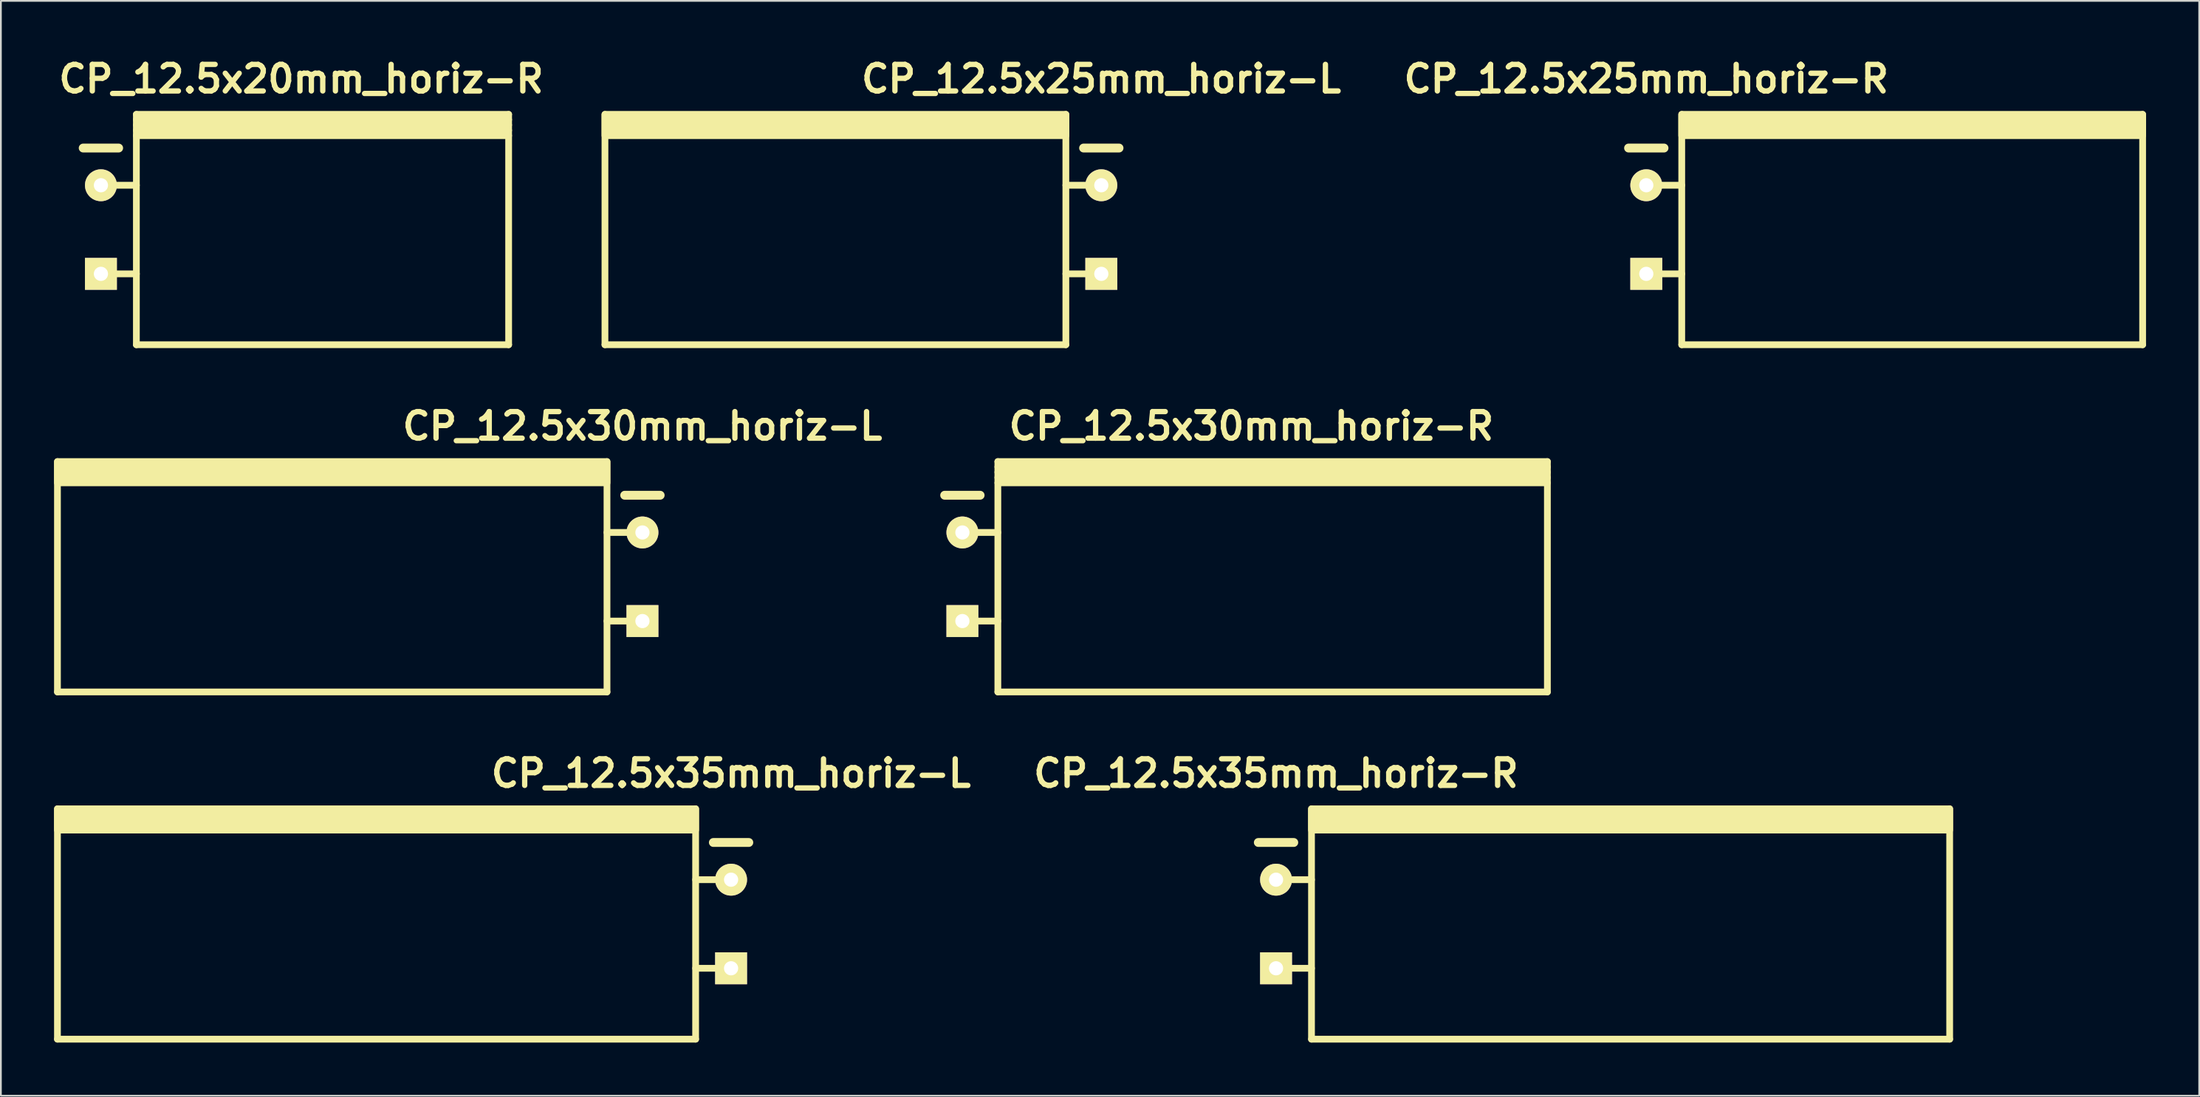
<source format=kicad_pcb>
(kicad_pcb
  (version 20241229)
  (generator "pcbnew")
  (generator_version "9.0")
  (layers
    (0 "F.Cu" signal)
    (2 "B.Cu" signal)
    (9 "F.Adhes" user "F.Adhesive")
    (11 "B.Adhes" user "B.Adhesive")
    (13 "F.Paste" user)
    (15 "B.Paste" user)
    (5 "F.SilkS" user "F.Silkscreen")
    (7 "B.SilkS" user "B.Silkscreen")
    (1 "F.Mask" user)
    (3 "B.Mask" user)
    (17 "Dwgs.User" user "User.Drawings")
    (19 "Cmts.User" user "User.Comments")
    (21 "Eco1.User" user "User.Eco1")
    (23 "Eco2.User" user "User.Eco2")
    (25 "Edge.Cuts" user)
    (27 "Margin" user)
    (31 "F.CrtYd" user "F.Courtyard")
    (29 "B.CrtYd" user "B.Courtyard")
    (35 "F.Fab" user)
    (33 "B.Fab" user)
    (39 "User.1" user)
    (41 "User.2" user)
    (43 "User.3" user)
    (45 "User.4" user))
  (footprint "CP_12.5x30mm_horiz-L"
    (layer "F.Cu")
    (at 33.191 29.498)
    (property "Reference" "CP_12.5x30mm_horiz-L" (at 0 -8.5 0) (layer "F.SilkS") (effects (font (size 1.5 1.5) (thickness 0.3))))
    (attr through_hole)
    (fp_line (start -33 6.5) (end -33 -6.5) (stroke (width 0.381) (type solid)) (layer "F.SilkS"))
    (fp_line (start -2 -6.5) (end -2 6.5) (stroke (width 0.381) (type solid)) (layer "F.SilkS"))
    (fp_line (start -2 -2.5) (end 0 -2.5) (stroke (width 0.381) (type solid)) (layer "F.SilkS"))
    (fp_line (start -2 2.5) (end 0 2.5) (stroke (width 0.381) (type solid)) (layer "F.SilkS"))
    (fp_line (start -2 6.5) (end -33 6.5) (stroke (width 0.381) (type solid)) (layer "F.SilkS"))
    (fp_line (start -1 -4.6) (end 1 -4.6) (stroke (width 0.5) (type solid)) (layer "F.SilkS"))
    (fp_poly (pts (xy -2 -5.3) (xy -33 -5.3) (xy -33 -6.5) (xy -2 -6.5)) (stroke (width 0.381) (type solid)) (fill yes) (layer "F.SilkS"))
    (pad "1" thru_hole rect (at 0 2.5) (size 1.8 1.8) (drill 0.8) (layers "*.Cu" "*.Mask" "F.SilkS"))
    (pad "2" thru_hole circle (at 0 -2.5) (size 1.8 1.8) (drill 0.8) (layers "*.Cu" "*.Mask" "F.SilkS")))
  (footprint "CP_12.5x20mm_horiz-R"
    (layer "F.Cu")
    (at 13.943 9.904)
    (property "Reference" "CP_12.5x20mm_horiz-R" (at 0 -8.5 0) (layer "F.SilkS") (effects (font (size 1.5 1.5) (thickness 0.3))))
    (attr through_hole)
    (fp_line (start -12.3 -4.6) (end -10.3 -4.6) (stroke (width 0.5) (type solid)) (layer "F.SilkS"))
    (fp_line (start -11.3 -2.5) (end -9.3 -2.5) (stroke (width 0.381) (type solid)) (layer "F.SilkS"))
    (fp_line (start -11.3 2.5) (end -9.3 2.5) (stroke (width 0.381) (type solid)) (layer "F.SilkS"))
    (fp_line (start -9.3 -6.2) (end 11.7 -6.2) (stroke (width 0.381) (type solid)) (layer "F.SilkS"))
    (fp_line (start -9.3 -5.9) (end 11.7 -5.9) (stroke (width 0.381) (type solid)) (layer "F.SilkS"))
    (fp_line (start -9.3 -5.6) (end 11.7 -5.6) (stroke (width 0.381) (type solid)) (layer "F.SilkS"))
    (fp_line (start -9.3 -5.3) (end 11.7 -5.3) (stroke (width 0.381) (type solid)) (layer "F.SilkS"))
    (fp_line (start -9.3 6.5) (end -9.3 -6.5) (stroke (width 0.381) (type solid)) (layer "F.SilkS"))
    (fp_line (start 11.7 -6.5) (end -9.3 -6.5) (stroke (width 0.381) (type solid)) (layer "F.SilkS"))
    (fp_line (start 11.7 -6.5) (end 11.7 6.5) (stroke (width 0.381) (type solid)) (layer "F.SilkS"))
    (fp_line (start 11.7 6.5) (end -9.3 6.5) (stroke (width 0.381) (type solid)) (layer "F.SilkS"))
    (pad "1" thru_hole rect (at -11.3 2.5) (size 1.8 1.8) (drill 0.8) (layers "*.Cu" "*.Mask" "F.SilkS"))
    (pad "2" thru_hole circle (at -11.3 -2.5) (size 1.8 1.8) (drill 0.8) (layers "*.Cu" "*.Mask" "F.SilkS")))
  (footprint "CP_12.5x30mm_horiz-R"
    (layer "F.Cu")
    (at 67.54 29.498)
    (property "Reference" "CP_12.5x30mm_horiz-R" (at 0 -8.5 0) (layer "F.SilkS") (effects (font (size 1.5 1.5) (thickness 0.3))))
    (attr through_hole)
    (fp_line (start -17.3 -4.6) (end -15.3 -4.6) (stroke (width 0.5) (type solid)) (layer "F.SilkS"))
    (fp_line (start -16.3 -2.5) (end -14.3 -2.5) (stroke (width 0.381) (type solid)) (layer "F.SilkS"))
    (fp_line (start -16.3 2.5) (end -14.3 2.5) (stroke (width 0.381) (type solid)) (layer "F.SilkS"))
    (fp_line (start -14.3 -6.2) (end 16.7 -6.2) (stroke (width 0.381) (type solid)) (layer "F.SilkS"))
    (fp_line (start -14.3 -5.9) (end 16.7 -5.9) (stroke (width 0.381) (type solid)) (layer "F.SilkS"))
    (fp_line (start -14.3 -5.6) (end 16.7 -5.6) (stroke (width 0.381) (type solid)) (layer "F.SilkS"))
    (fp_line (start -14.3 -5.3) (end 16.7 -5.3) (stroke (width 0.381) (type solid)) (layer "F.SilkS"))
    (fp_line (start -14.3 6.5) (end -14.3 -6.5) (stroke (width 0.381) (type solid)) (layer "F.SilkS"))
    (fp_line (start 16.7 -6.5) (end -14.3 -6.5) (stroke (width 0.381) (type solid)) (layer "F.SilkS"))
    (fp_line (start 16.7 -6.5) (end 16.7 6.5) (stroke (width 0.381) (type solid)) (layer "F.SilkS"))
    (fp_line (start 16.7 6.5) (end -14.3 6.5) (stroke (width 0.381) (type solid)) (layer "F.SilkS"))
    (pad "1" thru_hole rect (at -16.3 2.5) (size 1.8 1.8) (drill 0.8) (layers "*.Cu" "*.Mask" "F.SilkS"))
    (pad "2" thru_hole circle (at -16.3 -2.5) (size 1.8 1.8) (drill 0.8) (layers "*.Cu" "*.Mask" "F.SilkS")))
  (footprint "CP_12.5x25mm_horiz-R"
    (layer "F.Cu")
    (at 89.819 9.904)
    (property "Reference" "CP_12.5x25mm_horiz-R" (at 0 -8.5 0) (layer "F.SilkS") (effects (font (size 1.5 1.5) (thickness 0.3))))
    (attr through_hole)
    (fp_line (start -1 -4.6) (end 1 -4.6) (stroke (width 0.5) (type solid)) (layer "F.SilkS"))
    (fp_line (start 0 -2.5) (end 2 -2.5) (stroke (width 0.381) (type solid)) (layer "F.SilkS"))
    (fp_line (start 0 2.5) (end 2 2.5) (stroke (width 0.381) (type solid)) (layer "F.SilkS"))
    (fp_line (start 2 6.5) (end 2 -6.5) (stroke (width 0.381) (type solid)) (layer "F.SilkS"))
    (fp_line (start 28 -6.5) (end 28 6.5) (stroke (width 0.381) (type solid)) (layer "F.SilkS"))
    (fp_line (start 28 6.5) (end 2 6.5) (stroke (width 0.381) (type solid)) (layer "F.SilkS"))
    (fp_poly (pts (xy 28 -5.3) (xy 2 -5.3) (xy 2 -6.5) (xy 28 -6.5)) (stroke (width 0.381) (type solid)) (fill yes) (layer "F.SilkS"))
    (pad "1" thru_hole rect (at 0 2.5) (size 1.8 1.8) (drill 0.8) (layers "*.Cu" "*.Mask" "F.SilkS"))
    (pad "2" thru_hole circle (at 0 -2.5) (size 1.8 1.8) (drill 0.8) (layers "*.Cu" "*.Mask" "F.SilkS")))
  (footprint "CP_12.5x35mm_horiz-R"
    (layer "F.Cu")
    (at 68.933 49.093)
    (property "Reference" "CP_12.5x35mm_horiz-R" (at 0 -8.5 0) (layer "F.SilkS") (effects (font (size 1.5 1.5) (thickness 0.3))))
    (attr through_hole)
    (fp_line (start -1 -4.6) (end 1 -4.6) (stroke (width 0.5) (type solid)) (layer "F.SilkS"))
    (fp_line (start 0 -2.5) (end 2 -2.5) (stroke (width 0.381) (type solid)) (layer "F.SilkS"))
    (fp_line (start 0 2.5) (end 2 2.5) (stroke (width 0.381) (type solid)) (layer "F.SilkS"))
    (fp_line (start 2 6.5) (end 2 -6.5) (stroke (width 0.381) (type solid)) (layer "F.SilkS"))
    (fp_line (start 38 -6.5) (end 38 6.5) (stroke (width 0.381) (type solid)) (layer "F.SilkS"))
    (fp_line (start 38 6.5) (end 2 6.5) (stroke (width 0.381) (type solid)) (layer "F.SilkS"))
    (fp_poly (pts (xy 38 -5.3) (xy 2 -5.3) (xy 2 -6.5) (xy 38 -6.5)) (stroke (width 0.381) (type solid)) (fill yes) (layer "F.SilkS"))
    (pad "1" thru_hole rect (at 0 2.5) (size 1.8 1.8) (drill 0.8) (layers "*.Cu" "*.Mask" "F.SilkS"))
    (pad "2" thru_hole circle (at 0 -2.5) (size 1.8 1.8) (drill 0.8) (layers "*.Cu" "*.Mask" "F.SilkS")))
  (footprint "CP_12.5x35mm_horiz-L"
    (layer "F.Cu")
    (at 38.191 49.093)
    (property "Reference" "CP_12.5x35mm_horiz-L" (at 0 -8.5 0) (layer "F.SilkS") (effects (font (size 1.5 1.5) (thickness 0.3))))
    (attr through_hole)
    (fp_line (start -38 6.5) (end -38 -6.5) (stroke (width 0.381) (type solid)) (layer "F.SilkS"))
    (fp_line (start -2 -6.5) (end -2 6.5) (stroke (width 0.381) (type solid)) (layer "F.SilkS"))
    (fp_line (start -2 -2.5) (end 0 -2.5) (stroke (width 0.381) (type solid)) (layer "F.SilkS"))
    (fp_line (start -2 2.5) (end 0 2.5) (stroke (width 0.381) (type solid)) (layer "F.SilkS"))
    (fp_line (start -2 6.5) (end -38 6.5) (stroke (width 0.381) (type solid)) (layer "F.SilkS"))
    (fp_line (start -1 -4.6) (end 1 -4.6) (stroke (width 0.5) (type solid)) (layer "F.SilkS"))
    (fp_poly (pts (xy -2 -5.3) (xy -38 -5.3) (xy -38 -6.5) (xy -2 -6.5)) (stroke (width 0.381) (type solid)) (fill yes) (layer "F.SilkS"))
    (pad "1" thru_hole rect (at 0 2.5) (size 1.8 1.8) (drill 0.8) (layers "*.Cu" "*.Mask" "F.SilkS"))
    (pad "2" thru_hole circle (at 0 -2.5) (size 1.8 1.8) (drill 0.8) (layers "*.Cu" "*.Mask" "F.SilkS")))
  (footprint "CP_12.5x25mm_horiz-L"
    (layer "F.Cu")
    (at 59.076 9.904)
    (property "Reference" "CP_12.5x25mm_horiz-L" (at 0 -8.5 0) (layer "F.SilkS") (effects (font (size 1.5 1.5) (thickness 0.3))))
    (attr through_hole)
    (fp_line (start -28 6.5) (end -28 -6.5) (stroke (width 0.381) (type solid)) (layer "F.SilkS"))
    (fp_line (start -2 -6.5) (end -2 6.5) (stroke (width 0.381) (type solid)) (layer "F.SilkS"))
    (fp_line (start -2 -2.5) (end 0 -2.5) (stroke (width 0.381) (type solid)) (layer "F.SilkS"))
    (fp_line (start -2 2.5) (end 0 2.5) (stroke (width 0.381) (type solid)) (layer "F.SilkS"))
    (fp_line (start -2 6.5) (end -28 6.5) (stroke (width 0.381) (type solid)) (layer "F.SilkS"))
    (fp_line (start -1 -4.6) (end 1 -4.6) (stroke (width 0.5) (type solid)) (layer "F.SilkS"))
    (fp_poly (pts (xy -2 -5.3) (xy -28 -5.3) (xy -28 -6.5) (xy -2 -6.5)) (stroke (width 0.381) (type solid)) (fill yes) (layer "F.SilkS"))
    (pad "1" thru_hole rect (at 0 2.5) (size 1.8 1.8) (drill 0.8) (layers "*.Cu" "*.Mask" "F.SilkS"))
    (pad "2" thru_hole circle (at 0 -2.5) (size 1.8 1.8) (drill 0.8) (layers "*.Cu" "*.Mask" "F.SilkS")))
  (gr_rect
    (start -3 -3)
    (end 121.01 58.783)
    (stroke (width 0.1) (type default))
    (fill no)
    (layer "Edge.Cuts")))
</source>
